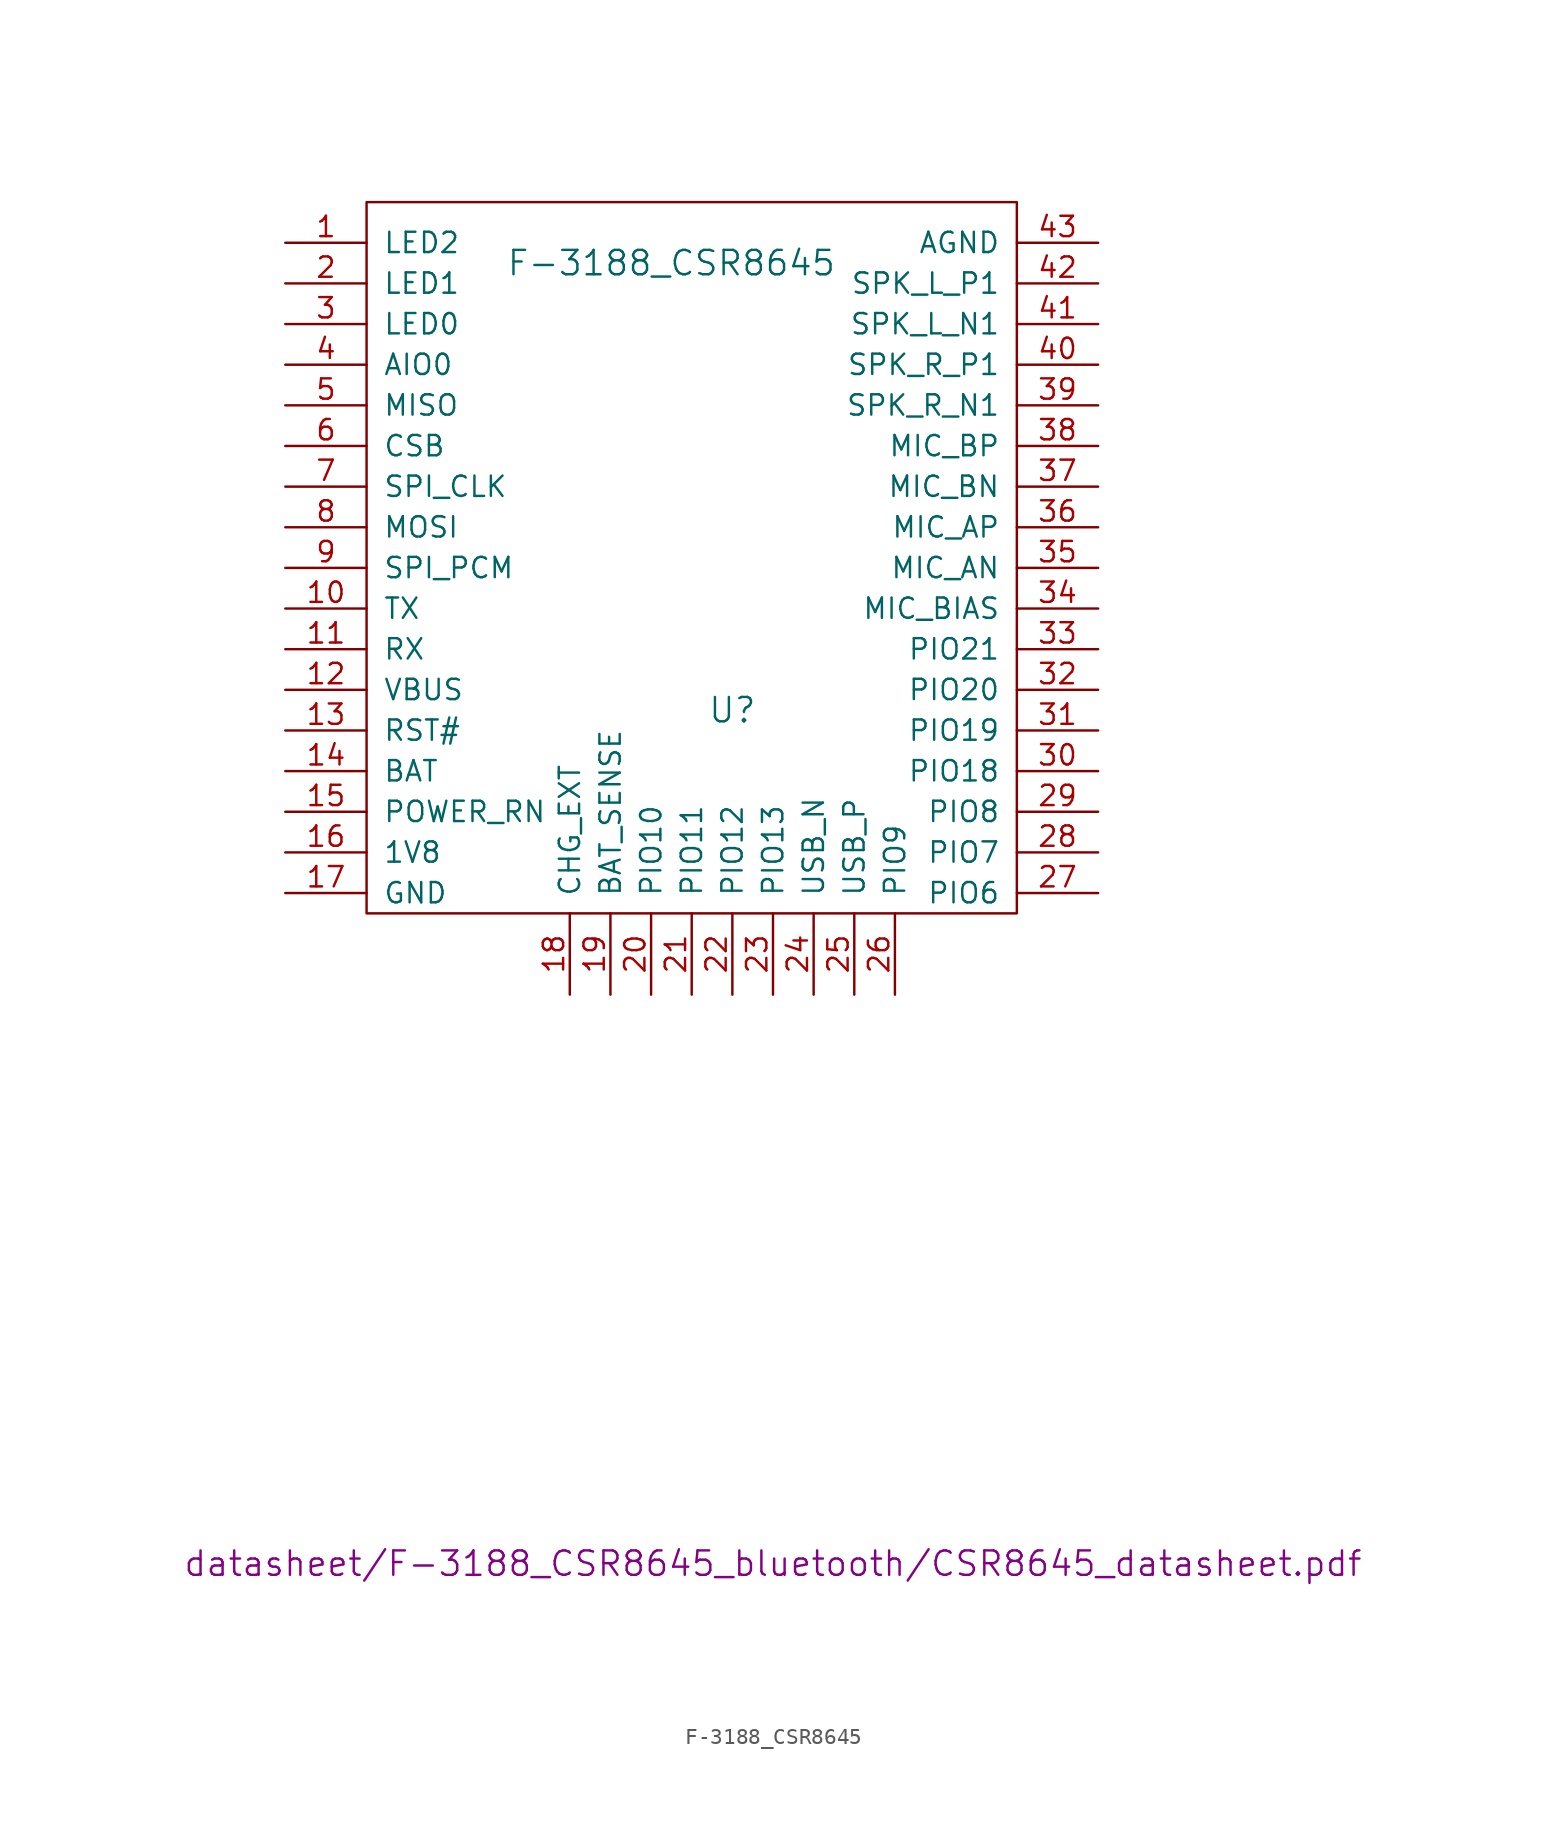
<source format=kicad_sym>
(kicad_symbol_lib
  (version 20211014)
  (generator kicad_symbol_editor)
  (symbol "F-3188_CSR8645"
    (pin_names
      (offset 1.016))
    (property "Reference" "U"
      (at -2.54 10.16 0)
      (effects (font (size 1.524 1.524))))
    (property "Value" "F-3188_CSR8645"
      (at -6.35 38.1 0)
      (effects (font (size 1.524 1.524))))
    (property "Footprint" ""
      (at 0 -43.18 0)
      (effects (font (size 1.524 1.524))))
    (property "Datasheet" "datasheet/F-3188_CSR8645_bluetooth/CSR8645_datasheet.pdf"
      (at 0 -43.18 0)
      (effects (font (size 1.524 1.524))))
    (symbol "F-3188_CSR8645_0_1"
      (rectangle (start -25.4 -2.54) (end 15.24 41.91) (stroke (width 0) (type default) (color 0 0 0 0)) (fill (type none))))
    (symbol "F-3188_CSR8645_1_1"
      (pin input line (at -30.48 39.37 0) (length 5.08) (name "LED2" (effects (font (size 1.27 1.27)))) (number "1" (effects (font (size 1.27 1.27)))))
      (pin input line (at -30.48 16.51 0) (length 5.08) (name "TX" (effects (font (size 1.27 1.27)))) (number "10" (effects (font (size 1.27 1.27)))))
      (pin input line (at -30.48 13.97 0) (length 5.08) (name "RX" (effects (font (size 1.27 1.27)))) (number "11" (effects (font (size 1.27 1.27)))))
      (pin input line (at -30.48 11.43 0) (length 5.08) (name "VBUS" (effects (font (size 1.27 1.27)))) (number "12" (effects (font (size 1.27 1.27)))))
      (pin input line (at -30.48 8.89 0) (length 5.08) (name "RST#" (effects (font (size 1.27 1.27)))) (number "13" (effects (font (size 1.27 1.27)))))
      (pin input line (at -30.48 6.35 0) (length 5.08) (name "BAT" (effects (font (size 1.27 1.27)))) (number "14" (effects (font (size 1.27 1.27)))))
      (pin input line (at -30.48 3.81 0) (length 5.08) (name "POWER_RN" (effects (font (size 1.27 1.27)))) (number "15" (effects (font (size 1.27 1.27)))))
      (pin input line (at -30.48 1.27 0) (length 5.08) (name "1V8" (effects (font (size 1.27 1.27)))) (number "16" (effects (font (size 1.27 1.27)))))
      (pin input line (at -30.48 -1.27 0) (length 5.08) (name "GND" (effects (font (size 1.27 1.27)))) (number "17" (effects (font (size 1.27 1.27)))))
      (pin input line (at -12.7 -7.62 90) (length 5.08) (name "CHG_EXT" (effects (font (size 1.27 1.27)))) (number "18" (effects (font (size 1.27 1.27)))))
      (pin input line (at -10.16 -7.62 90) (length 5.08) (name "BAT_SENSE" (effects (font (size 1.27 1.27)))) (number "19" (effects (font (size 1.27 1.27)))))
      (pin input line (at -30.48 36.83 0) (length 5.08) (name "LED1" (effects (font (size 1.27 1.27)))) (number "2" (effects (font (size 1.27 1.27)))))
      (pin input line (at -7.62 -7.62 90) (length 5.08) (name "PIO10" (effects (font (size 1.27 1.27)))) (number "20" (effects (font (size 1.27 1.27)))))
      (pin input line (at -5.08 -7.62 90) (length 5.08) (name "PIO11" (effects (font (size 1.27 1.27)))) (number "21" (effects (font (size 1.27 1.27)))))
      (pin input line (at -2.54 -7.62 90) (length 5.08) (name "PIO12" (effects (font (size 1.27 1.27)))) (number "22" (effects (font (size 1.27 1.27)))))
      (pin input line (at 0 -7.62 90) (length 5.08) (name "PIO13" (effects (font (size 1.27 1.27)))) (number "23" (effects (font (size 1.27 1.27)))))
      (pin input line (at 2.54 -7.62 90) (length 5.08) (name "USB_N" (effects (font (size 1.27 1.27)))) (number "24" (effects (font (size 1.27 1.27)))))
      (pin input line (at 5.08 -7.62 90) (length 5.08) (name "USB_P" (effects (font (size 1.27 1.27)))) (number "25" (effects (font (size 1.27 1.27)))))
      (pin input line (at 7.62 -7.62 90) (length 5.08) (name "PIO9" (effects (font (size 1.27 1.27)))) (number "26" (effects (font (size 1.27 1.27)))))
      (pin input line (at 20.32 -1.27 180) (length 5.08) (name "PIO6" (effects (font (size 1.27 1.27)))) (number "27" (effects (font (size 1.27 1.27)))))
      (pin input line (at 20.32 1.27 180) (length 5.08) (name "PIO7" (effects (font (size 1.27 1.27)))) (number "28" (effects (font (size 1.27 1.27)))))
      (pin input line (at 20.32 3.81 180) (length 5.08) (name "PIO8" (effects (font (size 1.27 1.27)))) (number "29" (effects (font (size 1.27 1.27)))))
      (pin input line (at -30.48 34.29 0) (length 5.08) (name "LED0" (effects (font (size 1.27 1.27)))) (number "3" (effects (font (size 1.27 1.27)))))
      (pin input line (at 20.32 6.35 180) (length 5.08) (name "PIO18" (effects (font (size 1.27 1.27)))) (number "30" (effects (font (size 1.27 1.27)))))
      (pin input line (at 20.32 8.89 180) (length 5.08) (name "PIO19" (effects (font (size 1.27 1.27)))) (number "31" (effects (font (size 1.27 1.27)))))
      (pin input line (at 20.32 11.43 180) (length 5.08) (name "PIO20" (effects (font (size 1.27 1.27)))) (number "32" (effects (font (size 1.27 1.27)))))
      (pin input line (at 20.32 13.97 180) (length 5.08) (name "PIO21" (effects (font (size 1.27 1.27)))) (number "33" (effects (font (size 1.27 1.27)))))
      (pin input line (at 20.32 16.51 180) (length 5.08) (name "MIC_BIAS" (effects (font (size 1.27 1.27)))) (number "34" (effects (font (size 1.27 1.27)))))
      (pin input line (at 20.32 19.05 180) (length 5.08) (name "MIC_AN" (effects (font (size 1.27 1.27)))) (number "35" (effects (font (size 1.27 1.27)))))
      (pin input line (at 20.32 21.59 180) (length 5.08) (name "MIC_AP" (effects (font (size 1.27 1.27)))) (number "36" (effects (font (size 1.27 1.27)))))
      (pin input line (at 20.32 24.13 180) (length 5.08) (name "MIC_BN" (effects (font (size 1.27 1.27)))) (number "37" (effects (font (size 1.27 1.27)))))
      (pin input line (at 20.32 26.67 180) (length 5.08) (name "MIC_BP" (effects (font (size 1.27 1.27)))) (number "38" (effects (font (size 1.27 1.27)))))
      (pin input line (at 20.32 29.21 180) (length 5.08) (name "SPK_R_N1" (effects (font (size 1.27 1.27)))) (number "39" (effects (font (size 1.27 1.27)))))
      (pin input line (at -30.48 31.75 0) (length 5.08) (name "AIO0" (effects (font (size 1.27 1.27)))) (number "4" (effects (font (size 1.27 1.27)))))
      (pin input line (at 20.32 31.75 180) (length 5.08) (name "SPK_R_P1" (effects (font (size 1.27 1.27)))) (number "40" (effects (font (size 1.27 1.27)))))
      (pin input line (at 20.32 34.29 180) (length 5.08) (name "SPK_L_N1" (effects (font (size 1.27 1.27)))) (number "41" (effects (font (size 1.27 1.27)))))
      (pin input line (at 20.32 36.83 180) (length 5.08) (name "SPK_L_P1" (effects (font (size 1.27 1.27)))) (number "42" (effects (font (size 1.27 1.27)))))
      (pin input line (at 20.32 39.37 180) (length 5.08) (name "AGND" (effects (font (size 1.27 1.27)))) (number "43" (effects (font (size 1.27 1.27)))))
      (pin input line (at -30.48 29.21 0) (length 5.08) (name "MISO" (effects (font (size 1.27 1.27)))) (number "5" (effects (font (size 1.27 1.27)))))
      (pin input line (at -30.48 26.67 0) (length 5.08) (name "CSB" (effects (font (size 1.27 1.27)))) (number "6" (effects (font (size 1.27 1.27)))))
      (pin input line (at -30.48 24.13 0) (length 5.08) (name "SPI_CLK" (effects (font (size 1.27 1.27)))) (number "7" (effects (font (size 1.27 1.27)))))
      (pin input line (at -30.48 21.59 0) (length 5.08) (name "MOSI" (effects (font (size 1.27 1.27)))) (number "8" (effects (font (size 1.27 1.27)))))
      (pin input line (at -30.48 19.05 0) (length 5.08) (name "SPI_PCM" (effects (font (size 1.27 1.27)))) (number "9" (effects (font (size 1.27 1.27))))))))
</source>
